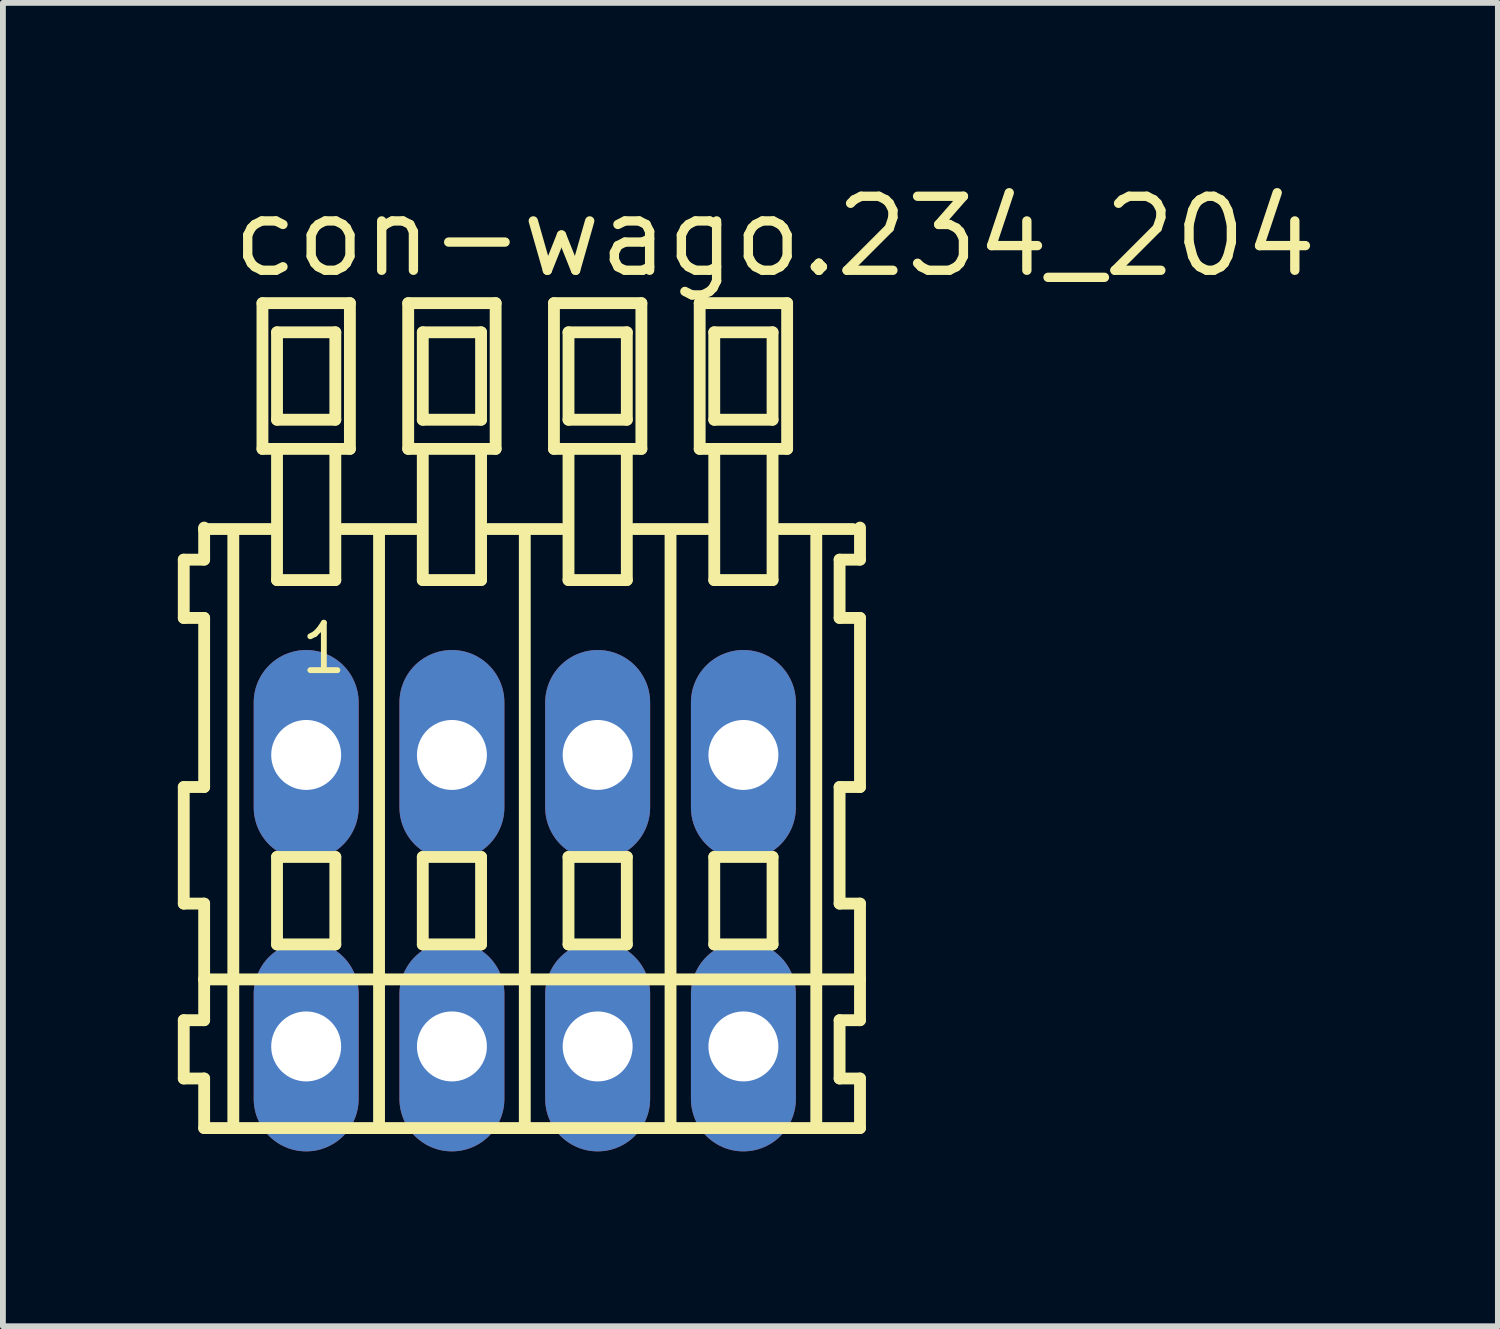
<source format=kicad_pcb>
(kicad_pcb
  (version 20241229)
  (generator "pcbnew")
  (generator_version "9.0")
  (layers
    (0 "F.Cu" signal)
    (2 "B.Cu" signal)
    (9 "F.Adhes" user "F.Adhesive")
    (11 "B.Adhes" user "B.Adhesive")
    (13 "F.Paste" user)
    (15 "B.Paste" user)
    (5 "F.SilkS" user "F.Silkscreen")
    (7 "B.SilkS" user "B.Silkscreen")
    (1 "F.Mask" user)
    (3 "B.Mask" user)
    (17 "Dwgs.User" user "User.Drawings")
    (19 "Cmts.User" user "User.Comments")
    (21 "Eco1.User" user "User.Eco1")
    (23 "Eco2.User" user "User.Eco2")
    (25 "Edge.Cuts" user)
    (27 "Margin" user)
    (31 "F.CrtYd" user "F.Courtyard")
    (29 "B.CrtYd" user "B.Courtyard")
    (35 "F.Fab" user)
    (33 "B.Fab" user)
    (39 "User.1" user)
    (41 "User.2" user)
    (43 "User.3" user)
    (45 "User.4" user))
  (footprint "con-wago.234_204"
    (layer "F.Cu")
    (at 5.952 12.4)
    (property "Reference" "con-wago.234_204" (at -5.1 -10.65 0) (layer "F.SilkS") (effects (font (size 1.27 1.27) (thickness 0.16)) (justify left bottom)))
    (attr through_hole)
    (fp_line (start -5.85 -5.85) (end -5.85 -4.85) (stroke (width 0.203) (type default)) (layer "F.SilkS"))
    (fp_line (start -5.85 -4.85) (end -5.5 -4.85) (stroke (width 0.203) (type default)) (layer "F.SilkS"))
    (fp_line (start -5.85 -1.95) (end -5.85 0.05) (stroke (width 0.203) (type default)) (layer "F.SilkS"))
    (fp_line (start -5.85 0.05) (end -5.5 0.05) (stroke (width 0.203) (type default)) (layer "F.SilkS"))
    (fp_line (start -5.85 2.05) (end -5.85 3.05) (stroke (width 0.203) (type default)) (layer "F.SilkS"))
    (fp_line (start -5.85 3.05) (end -5.5 3.05) (stroke (width 0.203) (type default)) (layer "F.SilkS"))
    (fp_line (start -5.5 -6.4) (end -5.5 -6.375) (stroke (width 0.203) (type default)) (layer "F.SilkS"))
    (fp_line (start -5.5 -6.375) (end -5.5 -5.85) (stroke (width 0.203) (type default)) (layer "F.SilkS"))
    (fp_line (start -5.5 -6.375) (end -4.375 -6.375) (stroke (width 0.203) (type default)) (layer "F.SilkS"))
    (fp_line (start -5.5 -5.85) (end -5.85 -5.85) (stroke (width 0.203) (type default)) (layer "F.SilkS"))
    (fp_line (start -5.5 -4.85) (end -5.5 -1.95) (stroke (width 0.203) (type default)) (layer "F.SilkS"))
    (fp_line (start -5.5 -1.95) (end -5.85 -1.95) (stroke (width 0.203) (type default)) (layer "F.SilkS"))
    (fp_line (start -5.5 0.05) (end -5.5 1.35) (stroke (width 0.203) (type default)) (layer "F.SilkS"))
    (fp_line (start -5.5 1.35) (end -5.5 2.05) (stroke (width 0.203) (type default)) (layer "F.SilkS"))
    (fp_line (start -5.5 1.35) (end 5.75 1.35) (stroke (width 0.203) (type default)) (layer "F.SilkS"))
    (fp_line (start -5.5 2.05) (end -5.85 2.05) (stroke (width 0.203) (type default)) (layer "F.SilkS"))
    (fp_line (start -5.5 3.05) (end -5.5 3.9) (stroke (width 0.203) (type default)) (layer "F.SilkS"))
    (fp_line (start -5.5 3.9) (end 5.75 3.9) (stroke (width 0.203) (type default)) (layer "F.SilkS"))
    (fp_line (start -5 -6.35) (end -5 3.8) (stroke (width 0.203) (type default)) (layer "F.SilkS"))
    (fp_line (start -4.5 -10.25) (end -4.5 -7.75) (stroke (width 0.203) (type default)) (layer "F.SilkS"))
    (fp_line (start -4.5 -7.75) (end -4.25 -7.75) (stroke (width 0.203) (type default)) (layer "F.SilkS"))
    (fp_line (start -4.25 -9.75) (end -4.25 -8.25) (stroke (width 0.203) (type default)) (layer "F.SilkS"))
    (fp_line (start -4.25 -8.25) (end -3.25 -8.25) (stroke (width 0.203) (type default)) (layer "F.SilkS"))
    (fp_line (start -4.25 -7.75) (end -4.25 -5.5) (stroke (width 0.203) (type default)) (layer "F.SilkS"))
    (fp_line (start -4.25 -7.75) (end -3.25 -7.75) (stroke (width 0.203) (type default)) (layer "F.SilkS"))
    (fp_line (start -4.25 -5.5) (end -3.25 -5.5) (stroke (width 0.203) (type default)) (layer "F.SilkS"))
    (fp_line (start -4.25 -0.75) (end -4.25 0.75) (stroke (width 0.203) (type default)) (layer "F.SilkS"))
    (fp_line (start -4.25 0.75) (end -3.25 0.75) (stroke (width 0.203) (type default)) (layer "F.SilkS"))
    (fp_line (start -3.25 -9.75) (end -4.25 -9.75) (stroke (width 0.203) (type default)) (layer "F.SilkS"))
    (fp_line (start -3.25 -8.25) (end -3.25 -9.75) (stroke (width 0.203) (type default)) (layer "F.SilkS"))
    (fp_line (start -3.25 -7.75) (end -3 -7.75) (stroke (width 0.203) (type default)) (layer "F.SilkS"))
    (fp_line (start -3.25 -5.5) (end -3.25 -7.75) (stroke (width 0.203) (type default)) (layer "F.SilkS"))
    (fp_line (start -3.25 -0.75) (end -4.25 -0.75) (stroke (width 0.203) (type default)) (layer "F.SilkS"))
    (fp_line (start -3.25 0.75) (end -3.25 -0.75) (stroke (width 0.203) (type default)) (layer "F.SilkS"))
    (fp_line (start -3.125 -6.375) (end -1.875 -6.375) (stroke (width 0.203) (type default)) (layer "F.SilkS"))
    (fp_line (start -3 -10.25) (end -4.5 -10.25) (stroke (width 0.203) (type default)) (layer "F.SilkS"))
    (fp_line (start -3 -7.75) (end -3 -10.25) (stroke (width 0.203) (type default)) (layer "F.SilkS"))
    (fp_line (start -2.5 -6.35) (end -2.5 3.8) (stroke (width 0.203) (type default)) (layer "F.SilkS"))
    (fp_line (start -2 -10.25) (end -2 -7.75) (stroke (width 0.203) (type default)) (layer "F.SilkS"))
    (fp_line (start -2 -7.75) (end -1.75 -7.75) (stroke (width 0.203) (type default)) (layer "F.SilkS"))
    (fp_line (start -1.75 -9.75) (end -1.75 -8.25) (stroke (width 0.203) (type default)) (layer "F.SilkS"))
    (fp_line (start -1.75 -8.25) (end -0.75 -8.25) (stroke (width 0.203) (type default)) (layer "F.SilkS"))
    (fp_line (start -1.75 -7.75) (end -1.75 -5.5) (stroke (width 0.203) (type default)) (layer "F.SilkS"))
    (fp_line (start -1.75 -7.75) (end -0.75 -7.75) (stroke (width 0.203) (type default)) (layer "F.SilkS"))
    (fp_line (start -1.75 -5.5) (end -0.75 -5.5) (stroke (width 0.203) (type default)) (layer "F.SilkS"))
    (fp_line (start -1.75 -0.75) (end -1.75 0.75) (stroke (width 0.203) (type default)) (layer "F.SilkS"))
    (fp_line (start -1.75 0.75) (end -0.75 0.75) (stroke (width 0.203) (type default)) (layer "F.SilkS"))
    (fp_line (start -0.75 -9.75) (end -1.75 -9.75) (stroke (width 0.203) (type default)) (layer "F.SilkS"))
    (fp_line (start -0.75 -8.25) (end -0.75 -9.75) (stroke (width 0.203) (type default)) (layer "F.SilkS"))
    (fp_line (start -0.75 -7.75) (end -0.5 -7.75) (stroke (width 0.203) (type default)) (layer "F.SilkS"))
    (fp_line (start -0.75 -5.5) (end -0.75 -7.75) (stroke (width 0.203) (type default)) (layer "F.SilkS"))
    (fp_line (start -0.75 -0.75) (end -1.75 -0.75) (stroke (width 0.203) (type default)) (layer "F.SilkS"))
    (fp_line (start -0.75 0.75) (end -0.75 -0.75) (stroke (width 0.203) (type default)) (layer "F.SilkS"))
    (fp_line (start -0.625 -6.375) (end 0.625 -6.375) (stroke (width 0.203) (type default)) (layer "F.SilkS"))
    (fp_line (start -0.5 -10.25) (end -2 -10.25) (stroke (width 0.203) (type default)) (layer "F.SilkS"))
    (fp_line (start -0.5 -7.75) (end -0.5 -10.25) (stroke (width 0.203) (type default)) (layer "F.SilkS"))
    (fp_line (start 0 -6.35) (end 0 3.8) (stroke (width 0.203) (type default)) (layer "F.SilkS"))
    (fp_line (start 0.5 -10.25) (end 0.5 -7.75) (stroke (width 0.203) (type default)) (layer "F.SilkS"))
    (fp_line (start 0.5 -7.75) (end 0.75 -7.75) (stroke (width 0.203) (type default)) (layer "F.SilkS"))
    (fp_line (start 0.75 -9.75) (end 0.75 -8.25) (stroke (width 0.203) (type default)) (layer "F.SilkS"))
    (fp_line (start 0.75 -8.25) (end 1.75 -8.25) (stroke (width 0.203) (type default)) (layer "F.SilkS"))
    (fp_line (start 0.75 -7.75) (end 0.75 -5.5) (stroke (width 0.203) (type default)) (layer "F.SilkS"))
    (fp_line (start 0.75 -7.75) (end 1.75 -7.75) (stroke (width 0.203) (type default)) (layer "F.SilkS"))
    (fp_line (start 0.75 -5.5) (end 1.75 -5.5) (stroke (width 0.203) (type default)) (layer "F.SilkS"))
    (fp_line (start 0.75 -0.75) (end 0.75 0.75) (stroke (width 0.203) (type default)) (layer "F.SilkS"))
    (fp_line (start 0.75 0.75) (end 1.75 0.75) (stroke (width 0.203) (type default)) (layer "F.SilkS"))
    (fp_line (start 1.75 -9.75) (end 0.75 -9.75) (stroke (width 0.203) (type default)) (layer "F.SilkS"))
    (fp_line (start 1.75 -8.25) (end 1.75 -9.75) (stroke (width 0.203) (type default)) (layer "F.SilkS"))
    (fp_line (start 1.75 -7.75) (end 2 -7.75) (stroke (width 0.203) (type default)) (layer "F.SilkS"))
    (fp_line (start 1.75 -5.5) (end 1.75 -7.75) (stroke (width 0.203) (type default)) (layer "F.SilkS"))
    (fp_line (start 1.75 -0.75) (end 0.75 -0.75) (stroke (width 0.203) (type default)) (layer "F.SilkS"))
    (fp_line (start 1.75 0.75) (end 1.75 -0.75) (stroke (width 0.203) (type default)) (layer "F.SilkS"))
    (fp_line (start 1.875 -6.375) (end 3.125 -6.375) (stroke (width 0.203) (type default)) (layer "F.SilkS"))
    (fp_line (start 2 -10.25) (end 0.5 -10.25) (stroke (width 0.203) (type default)) (layer "F.SilkS"))
    (fp_line (start 2 -7.75) (end 2 -10.25) (stroke (width 0.203) (type default)) (layer "F.SilkS"))
    (fp_line (start 2.5 -6.35) (end 2.5 3.8) (stroke (width 0.203) (type default)) (layer "F.SilkS"))
    (fp_line (start 3 -10.25) (end 3 -7.75) (stroke (width 0.203) (type default)) (layer "F.SilkS"))
    (fp_line (start 3 -7.75) (end 3.25 -7.75) (stroke (width 0.203) (type default)) (layer "F.SilkS"))
    (fp_line (start 3.25 -9.75) (end 3.25 -8.25) (stroke (width 0.203) (type default)) (layer "F.SilkS"))
    (fp_line (start 3.25 -8.25) (end 4.25 -8.25) (stroke (width 0.203) (type default)) (layer "F.SilkS"))
    (fp_line (start 3.25 -7.75) (end 3.25 -5.5) (stroke (width 0.203) (type default)) (layer "F.SilkS"))
    (fp_line (start 3.25 -7.75) (end 4.25 -7.75) (stroke (width 0.203) (type default)) (layer "F.SilkS"))
    (fp_line (start 3.25 -5.5) (end 4.25 -5.5) (stroke (width 0.203) (type default)) (layer "F.SilkS"))
    (fp_line (start 3.25 -0.75) (end 3.25 0.75) (stroke (width 0.203) (type default)) (layer "F.SilkS"))
    (fp_line (start 3.25 0.75) (end 4.25 0.75) (stroke (width 0.203) (type default)) (layer "F.SilkS"))
    (fp_line (start 4.25 -9.75) (end 3.25 -9.75) (stroke (width 0.203) (type default)) (layer "F.SilkS"))
    (fp_line (start 4.25 -8.25) (end 4.25 -9.75) (stroke (width 0.203) (type default)) (layer "F.SilkS"))
    (fp_line (start 4.25 -7.75) (end 4.5 -7.75) (stroke (width 0.203) (type default)) (layer "F.SilkS"))
    (fp_line (start 4.25 -5.5) (end 4.25 -7.75) (stroke (width 0.203) (type default)) (layer "F.SilkS"))
    (fp_line (start 4.25 -0.75) (end 3.25 -0.75) (stroke (width 0.203) (type default)) (layer "F.SilkS"))
    (fp_line (start 4.25 0.75) (end 4.25 -0.75) (stroke (width 0.203) (type default)) (layer "F.SilkS"))
    (fp_line (start 4.375 -6.375) (end 5.625 -6.375) (stroke (width 0.203) (type default)) (layer "F.SilkS"))
    (fp_line (start 4.5 -10.25) (end 3 -10.25) (stroke (width 0.203) (type default)) (layer "F.SilkS"))
    (fp_line (start 4.5 -7.75) (end 4.5 -10.25) (stroke (width 0.203) (type default)) (layer "F.SilkS"))
    (fp_line (start 5 -6.35) (end 5 3.8) (stroke (width 0.203) (type default)) (layer "F.SilkS"))
    (fp_line (start 5.4 -5.85) (end 5.4 -4.85) (stroke (width 0.203) (type default)) (layer "F.SilkS"))
    (fp_line (start 5.4 -4.85) (end 5.75 -4.85) (stroke (width 0.203) (type default)) (layer "F.SilkS"))
    (fp_line (start 5.4 -1.95) (end 5.4 0.05) (stroke (width 0.203) (type default)) (layer "F.SilkS"))
    (fp_line (start 5.4 0.05) (end 5.75 0.05) (stroke (width 0.203) (type default)) (layer "F.SilkS"))
    (fp_line (start 5.4 2.05) (end 5.4 3.05) (stroke (width 0.203) (type default)) (layer "F.SilkS"))
    (fp_line (start 5.4 3.05) (end 5.75 3.05) (stroke (width 0.203) (type default)) (layer "F.SilkS"))
    (fp_line (start 5.75 -5.85) (end 5.4 -5.85) (stroke (width 0.203) (type default)) (layer "F.SilkS"))
    (fp_line (start 5.75 -5.85) (end 5.75 -6.4) (stroke (width 0.203) (type default)) (layer "F.SilkS"))
    (fp_line (start 5.75 -1.95) (end 5.4 -1.95) (stroke (width 0.203) (type default)) (layer "F.SilkS"))
    (fp_line (start 5.75 -1.95) (end 5.75 -4.85) (stroke (width 0.203) (type default)) (layer "F.SilkS"))
    (fp_line (start 5.75 1.35) (end 5.75 0.05) (stroke (width 0.203) (type default)) (layer "F.SilkS"))
    (fp_line (start 5.75 2.05) (end 5.4 2.05) (stroke (width 0.203) (type default)) (layer "F.SilkS"))
    (fp_line (start 5.75 2.05) (end 5.75 1.35) (stroke (width 0.203) (type default)) (layer "F.SilkS"))
    (fp_line (start 5.75 3.9) (end 5.75 3.05) (stroke (width 0.203) (type default)) (layer "F.SilkS"))
    (fp_text user "1" (at -3.9 -3.85 0) (layer "F.SilkS") (effects (font (size 0.813 0.813) (thickness 0.1)) (justify left bottom)))
    (pad "A1" thru_hole oval (at -3.75 -2.5 90) (size 3.6 1.8) (drill 1.2) (layers "*.Cu" "*.Mask"))
    (pad "A2" thru_hole oval (at -1.25 -2.5 90) (size 3.6 1.8) (drill 1.2) (layers "*.Cu" "*.Mask"))
    (pad "A3" thru_hole oval (at 1.25 -2.5 90) (size 3.6 1.8) (drill 1.2) (layers "*.Cu" "*.Mask"))
    (pad "A4" thru_hole oval (at 3.75 -2.5 90) (size 3.6 1.8) (drill 1.2) (layers "*.Cu" "*.Mask"))
    (pad "B1" thru_hole oval (at -3.75 2.5 90) (size 3.6 1.8) (drill 1.2) (layers "*.Cu" "*.Mask"))
    (pad "B2" thru_hole oval (at -1.25 2.5 90) (size 3.6 1.8) (drill 1.2) (layers "*.Cu" "*.Mask"))
    (pad "B3" thru_hole oval (at 1.25 2.5 90) (size 3.6 1.8) (drill 1.2) (layers "*.Cu" "*.Mask"))
    (pad "B4" thru_hole oval (at 3.75 2.5 90) (size 3.6 1.8) (drill 1.2) (layers "*.Cu" "*.Mask")))
  (gr_rect
    (start -3 -3)
    (end 22.644 19.7)
    (stroke (width 0.1) (type default))
    (fill no)
    (layer "Edge.Cuts")))
</source>
